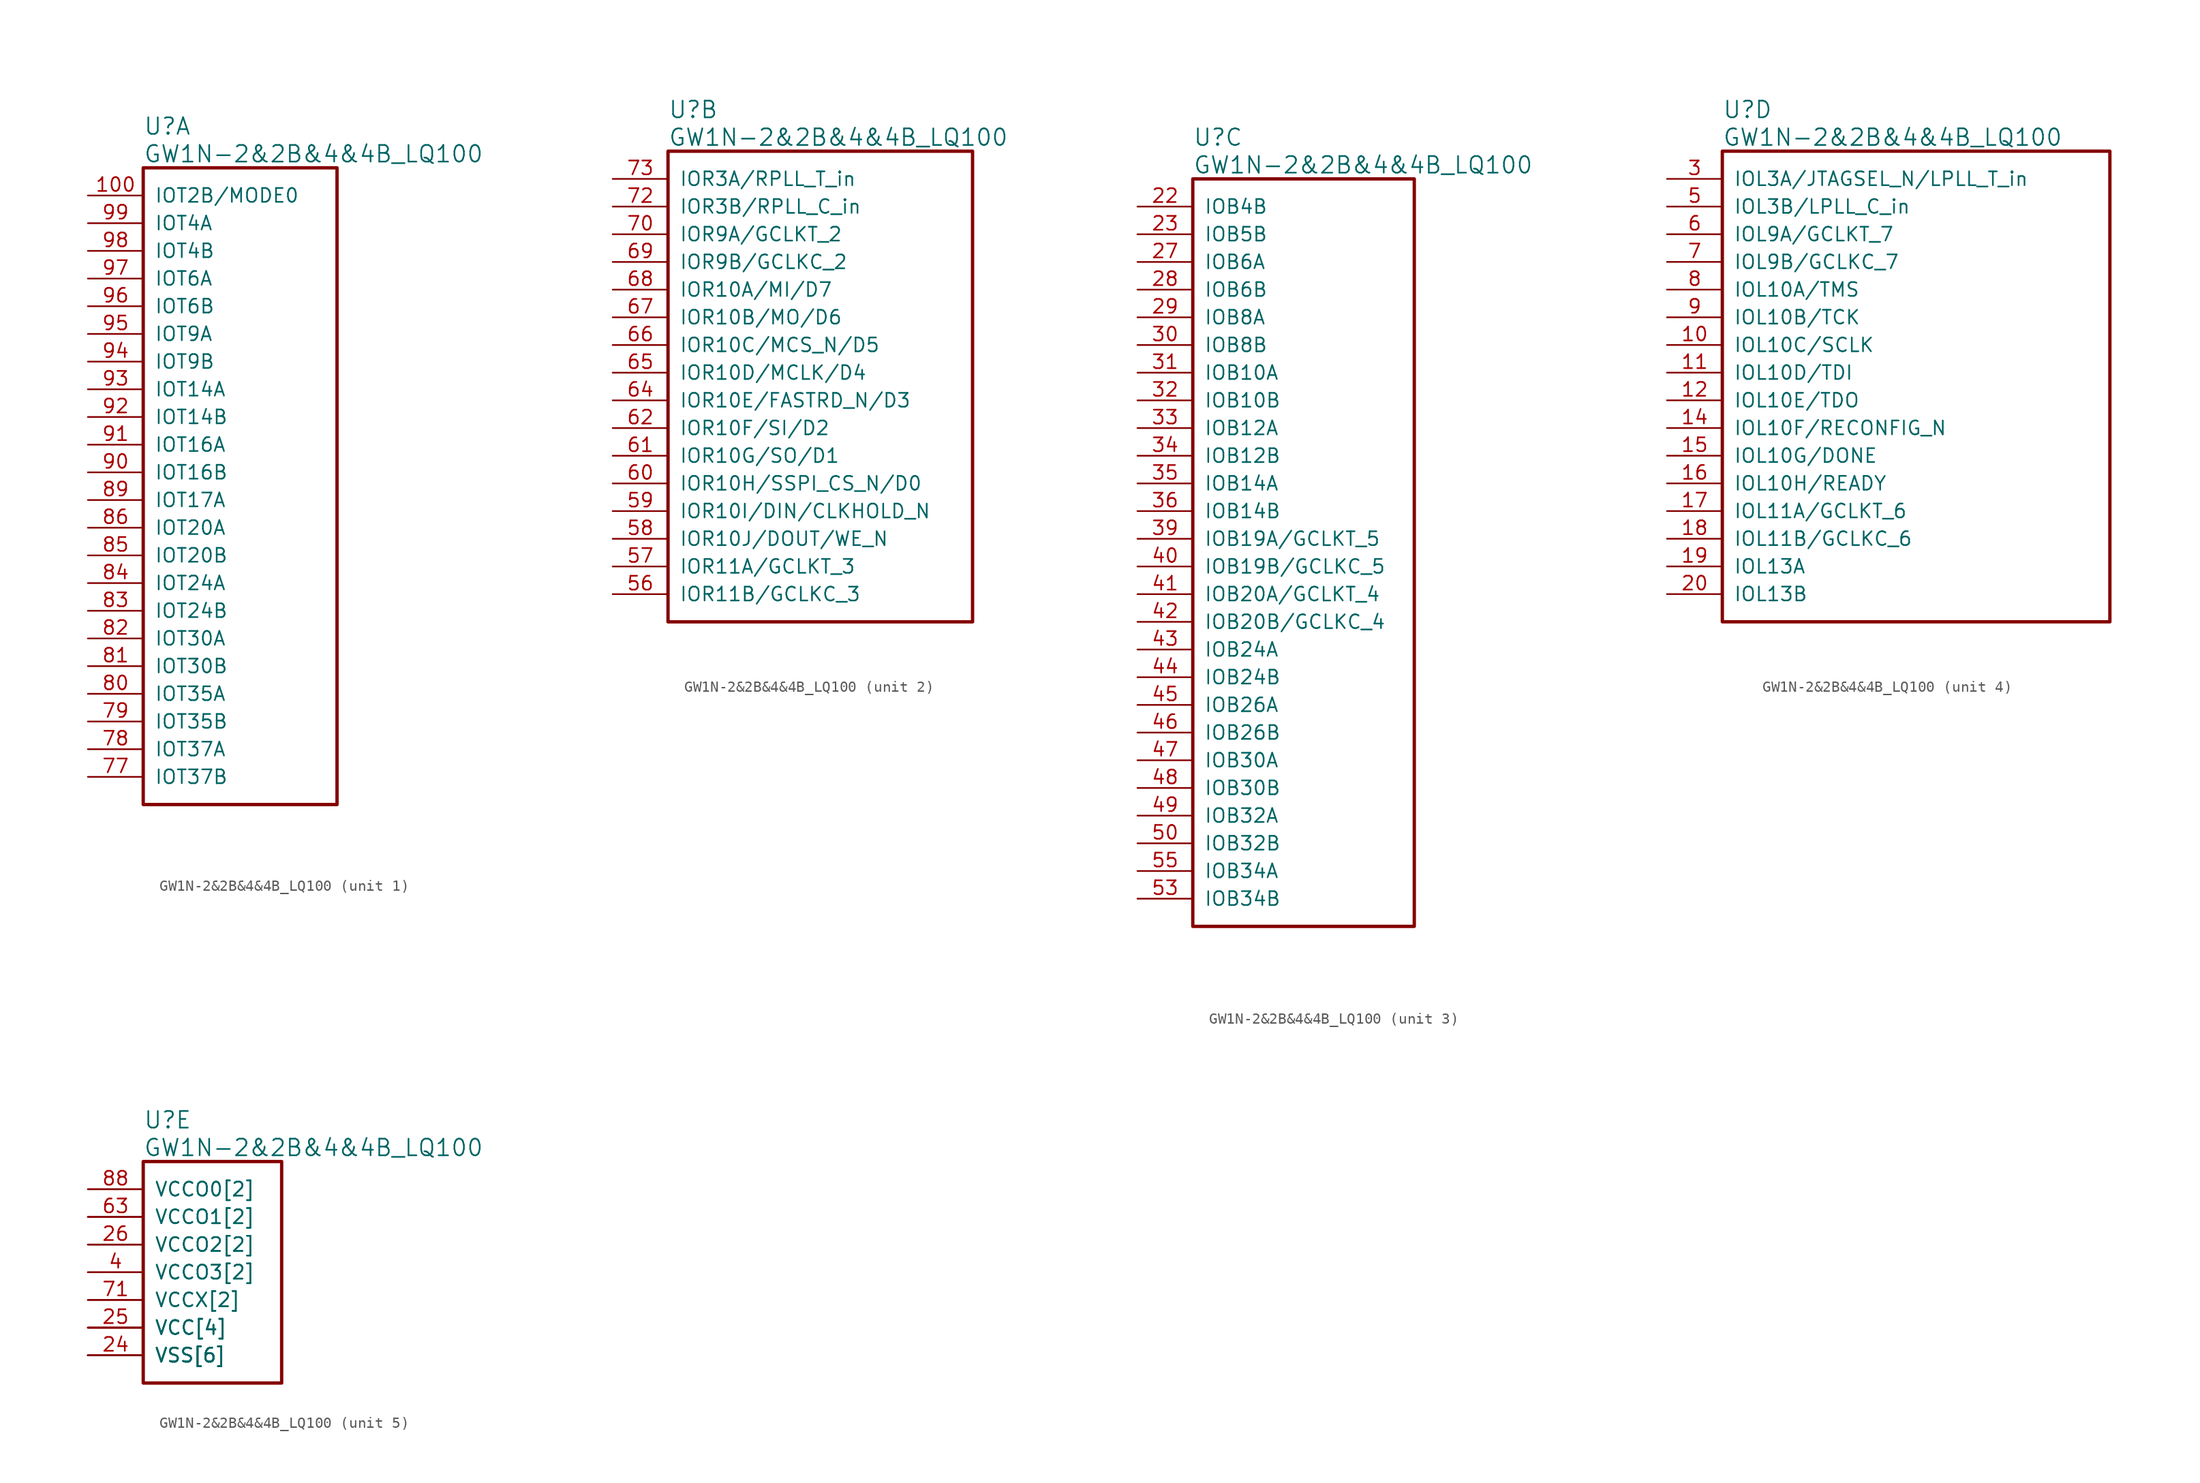
<source format=kicad_sym>
(kicad_symbol_lib
  (version 20211014)
  (generator kicad_symbol_editor)
  (symbol "GW1N-2&2B&4&4B_LQ100"
    (pin_names
      (offset 1.016))
    (property "Reference" "U"
      (at 5.08 6.35 0)
      (effects (font (size 1.524 1.524)) (justify left)))
    (property "Value" "GW1N-2&2B&4&4B_LQ100"
      (at 5.08 3.81 0)
      (effects (font (size 1.524 1.524)) (justify left)))
    (property "ki_locked" ""
      (at 0 0 0)
      (effects (font (size 1.27 1.27))))
    (symbol "GW1N-2&2B&4&4B_LQ100_1_1"
      (rectangle (start 5.08 2.54) (end 22.86 -55.88) (stroke (width 0.305) (type default) (color 0 0 0 0)) (fill (type none)))
      (pin bidirectional line (at 0 0 0) (length 5.08) (name "IOT2B/MODE0" (effects (font (size 1.27 1.27)))) (number "100" (effects (font (size 1.27 1.27)))))
      (pin bidirectional line (at 0 -53.34 0) (length 5.08) (name "IOT37B" (effects (font (size 1.27 1.27)))) (number "77" (effects (font (size 1.27 1.27)))))
      (pin bidirectional line (at 0 -50.8 0) (length 5.08) (name "IOT37A" (effects (font (size 1.27 1.27)))) (number "78" (effects (font (size 1.27 1.27)))))
      (pin bidirectional line (at 0 -48.26 0) (length 5.08) (name "IOT35B" (effects (font (size 1.27 1.27)))) (number "79" (effects (font (size 1.27 1.27)))))
      (pin bidirectional line (at 0 -45.72 0) (length 5.08) (name "IOT35A" (effects (font (size 1.27 1.27)))) (number "80" (effects (font (size 1.27 1.27)))))
      (pin bidirectional line (at 0 -43.18 0) (length 5.08) (name "IOT30B" (effects (font (size 1.27 1.27)))) (number "81" (effects (font (size 1.27 1.27)))))
      (pin bidirectional line (at 0 -40.64 0) (length 5.08) (name "IOT30A" (effects (font (size 1.27 1.27)))) (number "82" (effects (font (size 1.27 1.27)))))
      (pin bidirectional line (at 0 -38.1 0) (length 5.08) (name "IOT24B" (effects (font (size 1.27 1.27)))) (number "83" (effects (font (size 1.27 1.27)))))
      (pin bidirectional line (at 0 -35.56 0) (length 5.08) (name "IOT24A" (effects (font (size 1.27 1.27)))) (number "84" (effects (font (size 1.27 1.27)))))
      (pin bidirectional line (at 0 -33.02 0) (length 5.08) (name "IOT20B" (effects (font (size 1.27 1.27)))) (number "85" (effects (font (size 1.27 1.27)))))
      (pin bidirectional line (at 0 -30.48 0) (length 5.08) (name "IOT20A" (effects (font (size 1.27 1.27)))) (number "86" (effects (font (size 1.27 1.27)))))
      (pin bidirectional line (at 0 -27.94 0) (length 5.08) (name "IOT17A" (effects (font (size 1.27 1.27)))) (number "89" (effects (font (size 1.27 1.27)))))
      (pin bidirectional line (at 0 -25.4 0) (length 5.08) (name "IOT16B" (effects (font (size 1.27 1.27)))) (number "90" (effects (font (size 1.27 1.27)))))
      (pin bidirectional line (at 0 -22.86 0) (length 5.08) (name "IOT16A" (effects (font (size 1.27 1.27)))) (number "91" (effects (font (size 1.27 1.27)))))
      (pin bidirectional line (at 0 -20.32 0) (length 5.08) (name "IOT14B" (effects (font (size 1.27 1.27)))) (number "92" (effects (font (size 1.27 1.27)))))
      (pin bidirectional line (at 0 -17.78 0) (length 5.08) (name "IOT14A" (effects (font (size 1.27 1.27)))) (number "93" (effects (font (size 1.27 1.27)))))
      (pin bidirectional line (at 0 -15.24 0) (length 5.08) (name "IOT9B" (effects (font (size 1.27 1.27)))) (number "94" (effects (font (size 1.27 1.27)))))
      (pin bidirectional line (at 0 -12.7 0) (length 5.08) (name "IOT9A" (effects (font (size 1.27 1.27)))) (number "95" (effects (font (size 1.27 1.27)))))
      (pin bidirectional line (at 0 -10.16 0) (length 5.08) (name "IOT6B" (effects (font (size 1.27 1.27)))) (number "96" (effects (font (size 1.27 1.27)))))
      (pin bidirectional line (at 0 -7.62 0) (length 5.08) (name "IOT6A" (effects (font (size 1.27 1.27)))) (number "97" (effects (font (size 1.27 1.27)))))
      (pin bidirectional line (at 0 -5.08 0) (length 5.08) (name "IOT4B" (effects (font (size 1.27 1.27)))) (number "98" (effects (font (size 1.27 1.27)))))
      (pin bidirectional line (at 0 -2.54 0) (length 5.08) (name "IOT4A" (effects (font (size 1.27 1.27)))) (number "99" (effects (font (size 1.27 1.27))))))
    (symbol "GW1N-2&2B&4&4B_LQ100_2_1"
      (rectangle (start 5.08 2.54) (end 33.02 -40.64) (stroke (width 0.305) (type default) (color 0 0 0 0)) (fill (type none)))
      (pin bidirectional line (at 0 -38.1 0) (length 5.08) (name "IOR11B/GCLKC_3" (effects (font (size 1.27 1.27)))) (number "56" (effects (font (size 1.27 1.27)))))
      (pin bidirectional line (at 0 -35.56 0) (length 5.08) (name "IOR11A/GCLKT_3" (effects (font (size 1.27 1.27)))) (number "57" (effects (font (size 1.27 1.27)))))
      (pin bidirectional line (at 0 -33.02 0) (length 5.08) (name "IOR10J/DOUT/WE_N" (effects (font (size 1.27 1.27)))) (number "58" (effects (font (size 1.27 1.27)))))
      (pin bidirectional line (at 0 -30.48 0) (length 5.08) (name "IOR10I/DIN/CLKHOLD_N" (effects (font (size 1.27 1.27)))) (number "59" (effects (font (size 1.27 1.27)))))
      (pin bidirectional line (at 0 -27.94 0) (length 5.08) (name "IOR10H/SSPI_CS_N/D0" (effects (font (size 1.27 1.27)))) (number "60" (effects (font (size 1.27 1.27)))))
      (pin bidirectional line (at 0 -25.4 0) (length 5.08) (name "IOR10G/SO/D1" (effects (font (size 1.27 1.27)))) (number "61" (effects (font (size 1.27 1.27)))))
      (pin bidirectional line (at 0 -22.86 0) (length 5.08) (name "IOR10F/SI/D2" (effects (font (size 1.27 1.27)))) (number "62" (effects (font (size 1.27 1.27)))))
      (pin bidirectional line (at 0 -20.32 0) (length 5.08) (name "IOR10E/FASTRD_N/D3" (effects (font (size 1.27 1.27)))) (number "64" (effects (font (size 1.27 1.27)))))
      (pin bidirectional line (at 0 -17.78 0) (length 5.08) (name "IOR10D/MCLK/D4" (effects (font (size 1.27 1.27)))) (number "65" (effects (font (size 1.27 1.27)))))
      (pin bidirectional line (at 0 -15.24 0) (length 5.08) (name "IOR10C/MCS_N/D5" (effects (font (size 1.27 1.27)))) (number "66" (effects (font (size 1.27 1.27)))))
      (pin bidirectional line (at 0 -12.7 0) (length 5.08) (name "IOR10B/MO/D6" (effects (font (size 1.27 1.27)))) (number "67" (effects (font (size 1.27 1.27)))))
      (pin bidirectional line (at 0 -10.16 0) (length 5.08) (name "IOR10A/MI/D7" (effects (font (size 1.27 1.27)))) (number "68" (effects (font (size 1.27 1.27)))))
      (pin bidirectional line (at 0 -7.62 0) (length 5.08) (name "IOR9B/GCLKC_2" (effects (font (size 1.27 1.27)))) (number "69" (effects (font (size 1.27 1.27)))))
      (pin bidirectional line (at 0 -5.08 0) (length 5.08) (name "IOR9A/GCLKT_2" (effects (font (size 1.27 1.27)))) (number "70" (effects (font (size 1.27 1.27)))))
      (pin bidirectional line (at 0 -2.54 0) (length 5.08) (name "IOR3B/RPLL_C_in" (effects (font (size 1.27 1.27)))) (number "72" (effects (font (size 1.27 1.27)))))
      (pin bidirectional line (at 0 0 0) (length 5.08) (name "IOR3A/RPLL_T_in" (effects (font (size 1.27 1.27)))) (number "73" (effects (font (size 1.27 1.27))))))
    (symbol "GW1N-2&2B&4&4B_LQ100_3_1"
      (rectangle (start 5.08 2.54) (end 25.4 -66.04) (stroke (width 0.305) (type default) (color 0 0 0 0)) (fill (type none)))
      (pin bidirectional line (at 0 0 0) (length 5.08) (name "IOB4B" (effects (font (size 1.27 1.27)))) (number "22" (effects (font (size 1.27 1.27)))))
      (pin bidirectional line (at 0 -2.54 0) (length 5.08) (name "IOB5B" (effects (font (size 1.27 1.27)))) (number "23" (effects (font (size 1.27 1.27)))))
      (pin bidirectional line (at 0 -5.08 0) (length 5.08) (name "IOB6A" (effects (font (size 1.27 1.27)))) (number "27" (effects (font (size 1.27 1.27)))))
      (pin bidirectional line (at 0 -7.62 0) (length 5.08) (name "IOB6B" (effects (font (size 1.27 1.27)))) (number "28" (effects (font (size 1.27 1.27)))))
      (pin bidirectional line (at 0 -10.16 0) (length 5.08) (name "IOB8A" (effects (font (size 1.27 1.27)))) (number "29" (effects (font (size 1.27 1.27)))))
      (pin bidirectional line (at 0 -12.7 0) (length 5.08) (name "IOB8B" (effects (font (size 1.27 1.27)))) (number "30" (effects (font (size 1.27 1.27)))))
      (pin bidirectional line (at 0 -15.24 0) (length 5.08) (name "IOB10A" (effects (font (size 1.27 1.27)))) (number "31" (effects (font (size 1.27 1.27)))))
      (pin bidirectional line (at 0 -17.78 0) (length 5.08) (name "IOB10B" (effects (font (size 1.27 1.27)))) (number "32" (effects (font (size 1.27 1.27)))))
      (pin bidirectional line (at 0 -20.32 0) (length 5.08) (name "IOB12A" (effects (font (size 1.27 1.27)))) (number "33" (effects (font (size 1.27 1.27)))))
      (pin bidirectional line (at 0 -22.86 0) (length 5.08) (name "IOB12B" (effects (font (size 1.27 1.27)))) (number "34" (effects (font (size 1.27 1.27)))))
      (pin bidirectional line (at 0 -25.4 0) (length 5.08) (name "IOB14A" (effects (font (size 1.27 1.27)))) (number "35" (effects (font (size 1.27 1.27)))))
      (pin bidirectional line (at 0 -27.94 0) (length 5.08) (name "IOB14B" (effects (font (size 1.27 1.27)))) (number "36" (effects (font (size 1.27 1.27)))))
      (pin bidirectional line (at 0 -30.48 0) (length 5.08) (name "IOB19A/GCLKT_5" (effects (font (size 1.27 1.27)))) (number "39" (effects (font (size 1.27 1.27)))))
      (pin bidirectional line (at 0 -33.02 0) (length 5.08) (name "IOB19B/GCLKC_5" (effects (font (size 1.27 1.27)))) (number "40" (effects (font (size 1.27 1.27)))))
      (pin bidirectional line (at 0 -35.56 0) (length 5.08) (name "IOB20A/GCLKT_4" (effects (font (size 1.27 1.27)))) (number "41" (effects (font (size 1.27 1.27)))))
      (pin bidirectional line (at 0 -38.1 0) (length 5.08) (name "IOB20B/GCLKC_4" (effects (font (size 1.27 1.27)))) (number "42" (effects (font (size 1.27 1.27)))))
      (pin bidirectional line (at 0 -40.64 0) (length 5.08) (name "IOB24A" (effects (font (size 1.27 1.27)))) (number "43" (effects (font (size 1.27 1.27)))))
      (pin bidirectional line (at 0 -43.18 0) (length 5.08) (name "IOB24B" (effects (font (size 1.27 1.27)))) (number "44" (effects (font (size 1.27 1.27)))))
      (pin bidirectional line (at 0 -45.72 0) (length 5.08) (name "IOB26A" (effects (font (size 1.27 1.27)))) (number "45" (effects (font (size 1.27 1.27)))))
      (pin bidirectional line (at 0 -48.26 0) (length 5.08) (name "IOB26B" (effects (font (size 1.27 1.27)))) (number "46" (effects (font (size 1.27 1.27)))))
      (pin bidirectional line (at 0 -50.8 0) (length 5.08) (name "IOB30A" (effects (font (size 1.27 1.27)))) (number "47" (effects (font (size 1.27 1.27)))))
      (pin bidirectional line (at 0 -53.34 0) (length 5.08) (name "IOB30B" (effects (font (size 1.27 1.27)))) (number "48" (effects (font (size 1.27 1.27)))))
      (pin bidirectional line (at 0 -55.88 0) (length 5.08) (name "IOB32A" (effects (font (size 1.27 1.27)))) (number "49" (effects (font (size 1.27 1.27)))))
      (pin bidirectional line (at 0 -58.42 0) (length 5.08) (name "IOB32B" (effects (font (size 1.27 1.27)))) (number "50" (effects (font (size 1.27 1.27)))))
      (pin bidirectional line (at 0 -63.5 0) (length 5.08) (name "IOB34B" (effects (font (size 1.27 1.27)))) (number "53" (effects (font (size 1.27 1.27)))))
      (pin bidirectional line (at 0 -60.96 0) (length 5.08) (name "IOB34A" (effects (font (size 1.27 1.27)))) (number "55" (effects (font (size 1.27 1.27))))))
    (symbol "GW1N-2&2B&4&4B_LQ100_4_1"
      (rectangle (start 5.08 2.54) (end 40.64 -40.64) (stroke (width 0.305) (type default) (color 0 0 0 0)) (fill (type none)))
      (pin bidirectional line (at 0 -15.24 0) (length 5.08) (name "IOL10C/SCLK" (effects (font (size 1.27 1.27)))) (number "10" (effects (font (size 1.27 1.27)))))
      (pin bidirectional line (at 0 -17.78 0) (length 5.08) (name "IOL10D/TDI" (effects (font (size 1.27 1.27)))) (number "11" (effects (font (size 1.27 1.27)))))
      (pin bidirectional line (at 0 -20.32 0) (length 5.08) (name "IOL10E/TDO" (effects (font (size 1.27 1.27)))) (number "12" (effects (font (size 1.27 1.27)))))
      (pin bidirectional line (at 0 -22.86 0) (length 5.08) (name "IOL10F/RECONFIG_N" (effects (font (size 1.27 1.27)))) (number "14" (effects (font (size 1.27 1.27)))))
      (pin bidirectional line (at 0 -25.4 0) (length 5.08) (name "IOL10G/DONE" (effects (font (size 1.27 1.27)))) (number "15" (effects (font (size 1.27 1.27)))))
      (pin bidirectional line (at 0 -27.94 0) (length 5.08) (name "IOL10H/READY" (effects (font (size 1.27 1.27)))) (number "16" (effects (font (size 1.27 1.27)))))
      (pin bidirectional line (at 0 -30.48 0) (length 5.08) (name "IOL11A/GCLKT_6" (effects (font (size 1.27 1.27)))) (number "17" (effects (font (size 1.27 1.27)))))
      (pin bidirectional line (at 0 -33.02 0) (length 5.08) (name "IOL11B/GCLKC_6" (effects (font (size 1.27 1.27)))) (number "18" (effects (font (size 1.27 1.27)))))
      (pin bidirectional line (at 0 -35.56 0) (length 5.08) (name "IOL13A" (effects (font (size 1.27 1.27)))) (number "19" (effects (font (size 1.27 1.27)))))
      (pin bidirectional line (at 0 -38.1 0) (length 5.08) (name "IOL13B" (effects (font (size 1.27 1.27)))) (number "20" (effects (font (size 1.27 1.27)))))
      (pin bidirectional line (at 0 0 0) (length 5.08) (name "IOL3A/JTAGSEL_N/LPLL_T_in" (effects (font (size 1.27 1.27)))) (number "3" (effects (font (size 1.27 1.27)))))
      (pin bidirectional line (at 0 -2.54 0) (length 5.08) (name "IOL3B/LPLL_C_in" (effects (font (size 1.27 1.27)))) (number "5" (effects (font (size 1.27 1.27)))))
      (pin bidirectional line (at 0 -5.08 0) (length 5.08) (name "IOL9A/GCLKT_7" (effects (font (size 1.27 1.27)))) (number "6" (effects (font (size 1.27 1.27)))))
      (pin bidirectional line (at 0 -7.62 0) (length 5.08) (name "IOL9B/GCLKC_7" (effects (font (size 1.27 1.27)))) (number "7" (effects (font (size 1.27 1.27)))))
      (pin bidirectional line (at 0 -10.16 0) (length 5.08) (name "IOL10A/TMS" (effects (font (size 1.27 1.27)))) (number "8" (effects (font (size 1.27 1.27)))))
      (pin bidirectional line (at 0 -12.7 0) (length 5.08) (name "IOL10B/TCK" (effects (font (size 1.27 1.27)))) (number "9" (effects (font (size 1.27 1.27))))))
    (symbol "GW1N-2&2B&4&4B_LQ100_5_1"
      (rectangle (start 5.08 2.54) (end 17.78 -17.78) (stroke (width 0.305) (type default) (color 0 0 0 0)) (fill (type none)))
      (pin power_in line (at 0 -12.7 0) (length 5.08) (name "VCC[4]" (effects (font (size 1.27 1.27)))) (number "1" (effects (font (size 0 0)))))
      (pin power_in line (at 0 -7.62 0) (length 5.08) (name "VCCO3[2]" (effects (font (size 1.27 1.27)))) (number "13" (effects (font (size 0 0)))))
      (pin power_in line (at 0 -15.24 0) (length 5.08) (name "VSS[6]" (effects (font (size 1.27 1.27)))) (number "2" (effects (font (size 0 0)))))
      (pin power_in line (at 0 -10.16 0) (length 5.08) (name "VCCX[2]" (effects (font (size 1.27 1.27)))) (number "21" (effects (font (size 0 0)))))
      (pin power_in line (at 0 -15.24 0) (length 5.08) (name "VSS[6]" (effects (font (size 1.27 1.27)))) (number "24" (effects (font (size 1.27 1.27)))))
      (pin power_in line (at 0 -12.7 0) (length 5.08) (name "VCC[4]" (effects (font (size 1.27 1.27)))) (number "25" (effects (font (size 1.27 1.27)))))
      (pin power_in line (at 0 -5.08 0) (length 5.08) (name "VCCO2[2]" (effects (font (size 1.27 1.27)))) (number "26" (effects (font (size 1.27 1.27)))))
      (pin power_in line (at 0 -15.24 0) (length 5.08) (name "VSS[6]" (effects (font (size 1.27 1.27)))) (number "37" (effects (font (size 0 0)))))
      (pin power_in line (at 0 -5.08 0) (length 5.08) (name "VCCO2[2]" (effects (font (size 1.27 1.27)))) (number "38" (effects (font (size 0 0)))))
      (pin power_in line (at 0 -7.62 0) (length 5.08) (name "VCCO3[2]" (effects (font (size 1.27 1.27)))) (number "4" (effects (font (size 1.27 1.27)))))
      (pin power_in line (at 0 -12.7 0) (length 5.08) (name "VCC[4]" (effects (font (size 1.27 1.27)))) (number "51" (effects (font (size 0 0)))))
      (pin power_in line (at 0 -15.24 0) (length 5.08) (name "VSS[6]" (effects (font (size 1.27 1.27)))) (number "52" (effects (font (size 0 0)))))
      (pin power_in line (at 0 -2.54 0) (length 5.08) (name "VCCO1[2]" (effects (font (size 1.27 1.27)))) (number "54" (effects (font (size 0 0)))))
      (pin power_in line (at 0 -2.54 0) (length 5.08) (name "VCCO1[2]" (effects (font (size 1.27 1.27)))) (number "63" (effects (font (size 1.27 1.27)))))
      (pin power_in line (at 0 -10.16 0) (length 5.08) (name "VCCX[2]" (effects (font (size 1.27 1.27)))) (number "71" (effects (font (size 1.27 1.27)))))
      (pin power_in line (at 0 -15.24 0) (length 5.08) (name "VSS[6]" (effects (font (size 1.27 1.27)))) (number "74" (effects (font (size 0 0)))))
      (pin power_in line (at 0 -12.7 0) (length 5.08) (name "VCC[4]" (effects (font (size 1.27 1.27)))) (number "75" (effects (font (size 0 0)))))
      (pin power_in line (at 0 0 0) (length 5.08) (name "VCCO0[2]" (effects (font (size 1.27 1.27)))) (number "76" (effects (font (size 0 0)))))
      (pin power_in line (at 0 -15.24 0) (length 5.08) (name "VSS[6]" (effects (font (size 1.27 1.27)))) (number "87" (effects (font (size 0 0)))))
      (pin power_in line (at 0 0 0) (length 5.08) (name "VCCO0[2]" (effects (font (size 1.27 1.27)))) (number "88" (effects (font (size 1.27 1.27))))))))
</source>
